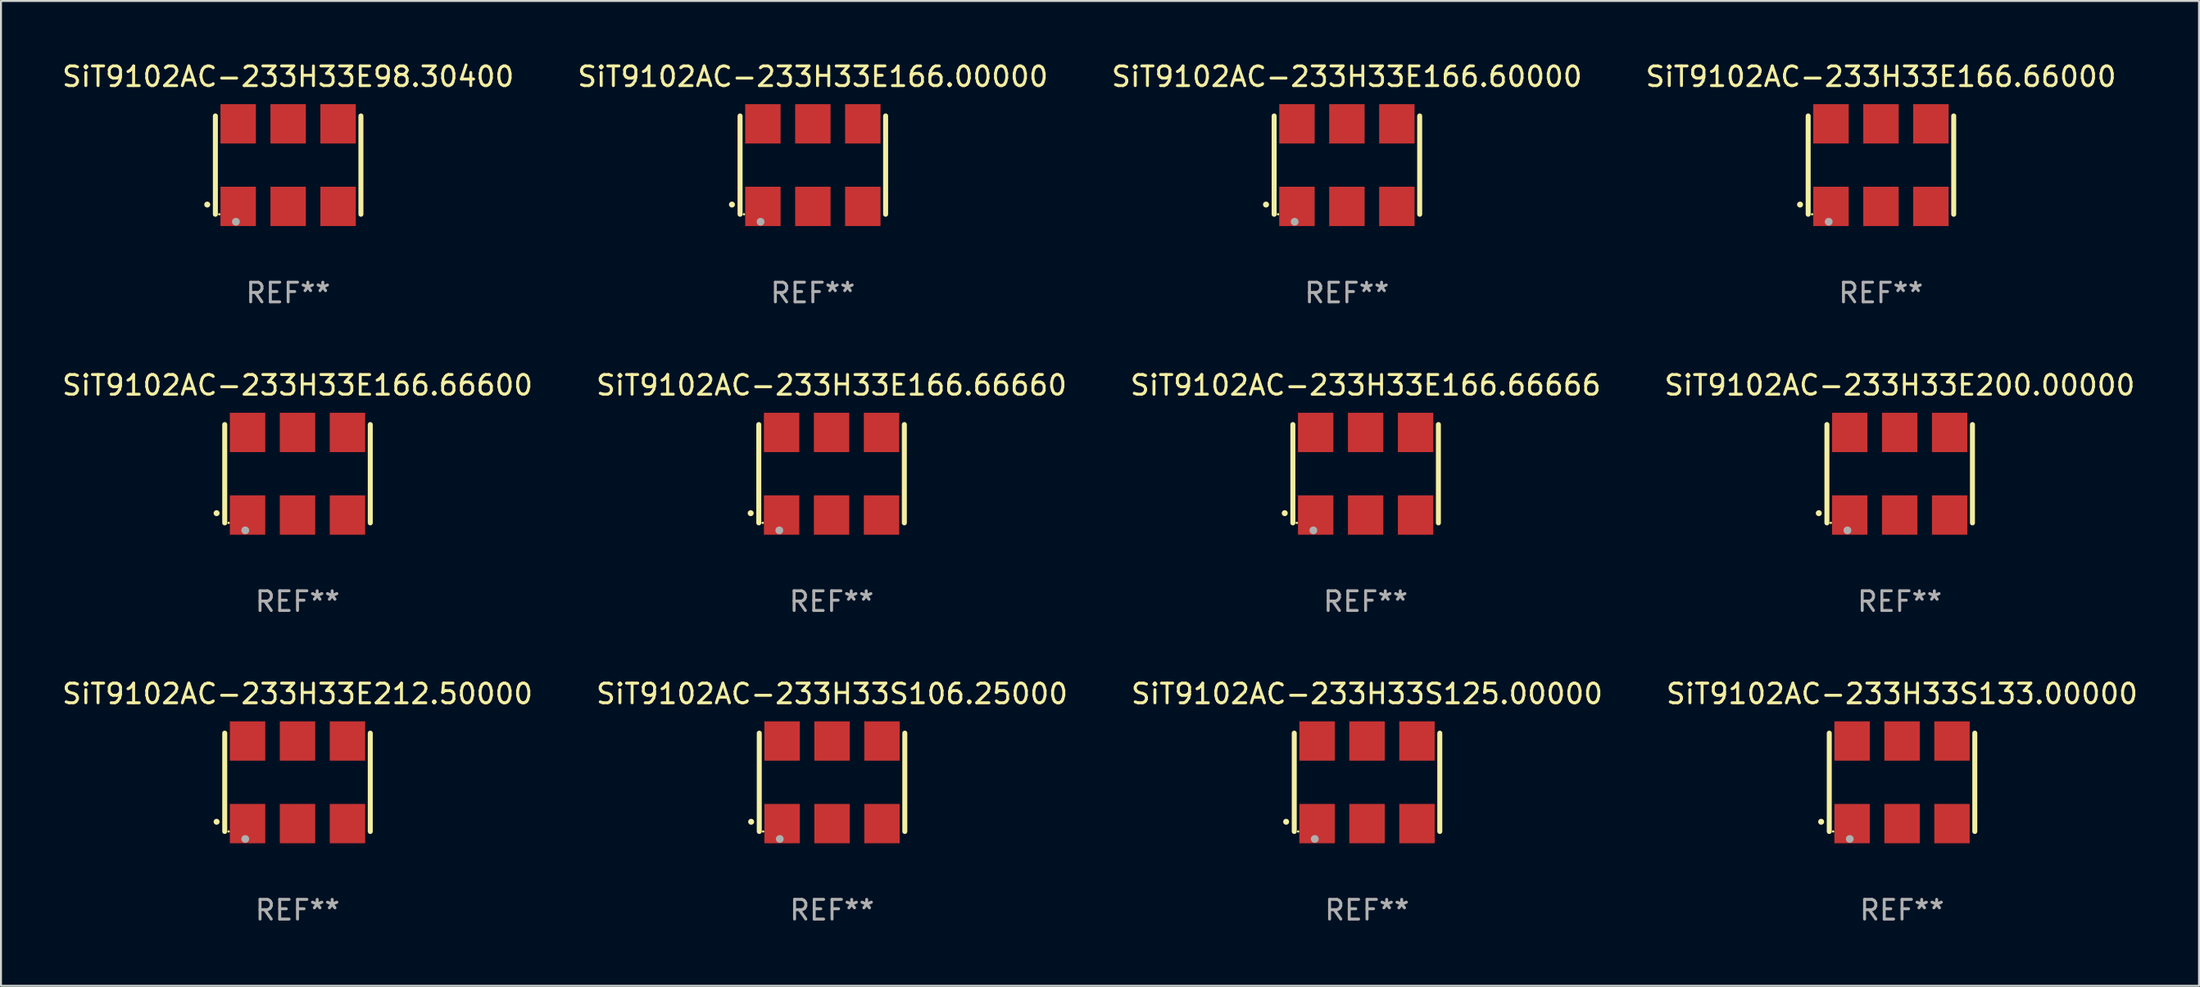
<source format=kicad_pcb>
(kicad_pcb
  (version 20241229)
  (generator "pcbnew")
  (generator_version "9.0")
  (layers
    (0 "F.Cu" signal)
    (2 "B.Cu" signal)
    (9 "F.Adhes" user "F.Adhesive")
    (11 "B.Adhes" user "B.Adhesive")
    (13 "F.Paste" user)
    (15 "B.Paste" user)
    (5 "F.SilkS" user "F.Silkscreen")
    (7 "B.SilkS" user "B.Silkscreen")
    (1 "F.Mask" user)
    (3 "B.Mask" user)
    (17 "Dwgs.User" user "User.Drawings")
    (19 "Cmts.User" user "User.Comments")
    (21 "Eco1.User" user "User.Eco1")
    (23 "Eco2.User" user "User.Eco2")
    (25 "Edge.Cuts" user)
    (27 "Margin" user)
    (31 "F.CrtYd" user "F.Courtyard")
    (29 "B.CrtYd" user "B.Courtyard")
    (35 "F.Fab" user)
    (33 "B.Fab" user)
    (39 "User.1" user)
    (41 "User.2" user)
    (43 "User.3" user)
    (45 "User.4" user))
  (footprint "SiT9102AC-233H33E166.66660"
    (layer "F.Cu")
    (at 39.232 21.045)
    (property "Reference" "SiT9102AC-233H33E166.66660" (at 0 -4.5 0) (layer "F.SilkS") (effects (font (size 1 1) (thickness 0.15))))
    (attr through_hole)
    (fp_line (start -3.7 -2.5) (end -3.7 2.5) (stroke (width 0.254) (type solid)) (layer "F.SilkS"))
    (fp_line (start 3.7 -2.5) (end 3.7 2.5) (stroke (width 0.254) (type solid)) (layer "F.SilkS"))
    (fp_arc (start -4.114415 2.006604) (mid -4.113145 2.006599) (end -4.111875 2.006604) (stroke (width 0.3) (type solid)) (layer "F.SilkS"))
    (fp_circle (center -3.502 2.5) (end -3.472 2.5) (stroke (width 0.06) (type solid)) (fill no) (layer "F.SilkS"))
    (fp_circle (center -2.657 2.882) (end -2.557 2.882) (stroke (width 0.2) (type solid)) (fill no) (layer "F.Fab"))
    (fp_text user "REF**" (at 0 6.5 0) (layer "F.Fab") (effects (font (size 1 1) (thickness 0.15))))
    (pad "1" smd rect (at -2.54 2.1) (size 1.8 2) (layers "F.Cu" "F.Mask" "F.Paste"))
    (pad "2" smd rect (at 0.000394 2.1) (size 1.8 2) (layers "F.Cu" "F.Mask" "F.Paste"))
    (pad "3" smd rect (at 2.54 2.1) (size 1.8 2) (layers "F.Cu" "F.Mask" "F.Paste"))
    (pad "4" smd rect (at 2.54 -2.1) (size 1.8 2) (layers "F.Cu" "F.Mask" "F.Paste"))
    (pad "5" smd rect (at 0.000394 -2.1) (size 1.8 2) (layers "F.Cu" "F.Mask" "F.Paste"))
    (pad "6" smd rect (at -2.54 -2.1) (size 1.8 2) (layers "F.Cu" "F.Mask" "F.Paste")))
  (footprint "SiT9102AC-233H33E166.60000"
    (layer "F.Cu")
    (at 65.435 5.348)
    (property "Reference" "SiT9102AC-233H33E166.60000" (at 0 -4.5 0) (layer "F.SilkS") (effects (font (size 1 1) (thickness 0.15))))
    (attr through_hole)
    (fp_line (start -3.7 -2.5) (end -3.7 2.5) (stroke (width 0.254) (type solid)) (layer "F.SilkS"))
    (fp_line (start 3.7 -2.5) (end 3.7 2.5) (stroke (width 0.254) (type solid)) (layer "F.SilkS"))
    (fp_arc (start -4.114415 2.006604) (mid -4.113145 2.006599) (end -4.111875 2.006604) (stroke (width 0.3) (type solid)) (layer "F.SilkS"))
    (fp_circle (center -3.502 2.5) (end -3.472 2.5) (stroke (width 0.06) (type solid)) (fill no) (layer "F.SilkS"))
    (fp_circle (center -2.657 2.882) (end -2.557 2.882) (stroke (width 0.2) (type solid)) (fill no) (layer "F.Fab"))
    (fp_text user "REF**" (at 0 6.5 0) (layer "F.Fab") (effects (font (size 1 1) (thickness 0.15))))
    (pad "1" smd rect (at -2.54 2.1) (size 1.8 2) (layers "F.Cu" "F.Mask" "F.Paste"))
    (pad "2" smd rect (at 0.000394 2.1) (size 1.8 2) (layers "F.Cu" "F.Mask" "F.Paste"))
    (pad "3" smd rect (at 2.54 2.1) (size 1.8 2) (layers "F.Cu" "F.Mask" "F.Paste"))
    (pad "4" smd rect (at 2.54 -2.1) (size 1.8 2) (layers "F.Cu" "F.Mask" "F.Paste"))
    (pad "5" smd rect (at 0.000394 -2.1) (size 1.8 2) (layers "F.Cu" "F.Mask" "F.Paste"))
    (pad "6" smd rect (at -2.54 -2.1) (size 1.8 2) (layers "F.Cu" "F.Mask" "F.Paste")))
  (footprint "SiT9102AC-233H33E98.30400"
    (layer "F.Cu")
    (at 11.601 5.348)
    (property "Reference" "SiT9102AC-233H33E98.30400" (at 0 -4.5 0) (layer "F.SilkS") (effects (font (size 1 1) (thickness 0.15))))
    (attr through_hole)
    (fp_line (start -3.7 -2.5) (end -3.7 2.5) (stroke (width 0.254) (type solid)) (layer "F.SilkS"))
    (fp_line (start 3.7 -2.5) (end 3.7 2.5) (stroke (width 0.254) (type solid)) (layer "F.SilkS"))
    (fp_arc (start -4.114415 2.006604) (mid -4.113145 2.006599) (end -4.111875 2.006604) (stroke (width 0.3) (type solid)) (layer "F.SilkS"))
    (fp_circle (center -3.502 2.5) (end -3.472 2.5) (stroke (width 0.06) (type solid)) (fill no) (layer "F.SilkS"))
    (fp_circle (center -2.657 2.882) (end -2.557 2.882) (stroke (width 0.2) (type solid)) (fill no) (layer "F.Fab"))
    (fp_text user "REF**" (at 0 6.5 0) (layer "F.Fab") (effects (font (size 1 1) (thickness 0.15))))
    (pad "1" smd rect (at -2.54 2.1) (size 1.8 2) (layers "F.Cu" "F.Mask" "F.Paste"))
    (pad "2" smd rect (at 0.000394 2.1) (size 1.8 2) (layers "F.Cu" "F.Mask" "F.Paste"))
    (pad "3" smd rect (at 2.54 2.1) (size 1.8 2) (layers "F.Cu" "F.Mask" "F.Paste"))
    (pad "4" smd rect (at 2.54 -2.1) (size 1.8 2) (layers "F.Cu" "F.Mask" "F.Paste"))
    (pad "5" smd rect (at 0.000394 -2.1) (size 1.8 2) (layers "F.Cu" "F.Mask" "F.Paste"))
    (pad "6" smd rect (at -2.54 -2.1) (size 1.8 2) (layers "F.Cu" "F.Mask" "F.Paste")))
  (footprint "SiT9102AC-233H33E166.00000"
    (layer "F.Cu")
    (at 38.28 5.348)
    (property "Reference" "SiT9102AC-233H33E166.00000" (at 0 -4.5 0) (layer "F.SilkS") (effects (font (size 1 1) (thickness 0.15))))
    (attr through_hole)
    (fp_line (start -3.7 -2.5) (end -3.7 2.5) (stroke (width 0.254) (type solid)) (layer "F.SilkS"))
    (fp_line (start 3.7 -2.5) (end 3.7 2.5) (stroke (width 0.254) (type solid)) (layer "F.SilkS"))
    (fp_arc (start -4.114415 2.006604) (mid -4.113145 2.006599) (end -4.111875 2.006604) (stroke (width 0.3) (type solid)) (layer "F.SilkS"))
    (fp_circle (center -3.502 2.5) (end -3.472 2.5) (stroke (width 0.06) (type solid)) (fill no) (layer "F.SilkS"))
    (fp_circle (center -2.657 2.882) (end -2.557 2.882) (stroke (width 0.2) (type solid)) (fill no) (layer "F.Fab"))
    (fp_text user "REF**" (at 0 6.5 0) (layer "F.Fab") (effects (font (size 1 1) (thickness 0.15))))
    (pad "1" smd rect (at -2.54 2.1) (size 1.8 2) (layers "F.Cu" "F.Mask" "F.Paste"))
    (pad "2" smd rect (at 0.000394 2.1) (size 1.8 2) (layers "F.Cu" "F.Mask" "F.Paste"))
    (pad "3" smd rect (at 2.54 2.1) (size 1.8 2) (layers "F.Cu" "F.Mask" "F.Paste"))
    (pad "4" smd rect (at 2.54 -2.1) (size 1.8 2) (layers "F.Cu" "F.Mask" "F.Paste"))
    (pad "5" smd rect (at 0.000394 -2.1) (size 1.8 2) (layers "F.Cu" "F.Mask" "F.Paste"))
    (pad "6" smd rect (at -2.54 -2.1) (size 1.8 2) (layers "F.Cu" "F.Mask" "F.Paste")))
  (footprint "SiT9102AC-233H33E166.66666"
    (layer "F.Cu")
    (at 66.387 21.045)
    (property "Reference" "SiT9102AC-233H33E166.66666" (at 0 -4.5 0) (layer "F.SilkS") (effects (font (size 1 1) (thickness 0.15))))
    (attr through_hole)
    (fp_line (start -3.7 -2.5) (end -3.7 2.5) (stroke (width 0.254) (type solid)) (layer "F.SilkS"))
    (fp_line (start 3.7 -2.5) (end 3.7 2.5) (stroke (width 0.254) (type solid)) (layer "F.SilkS"))
    (fp_arc (start -4.114415 2.006604) (mid -4.113145 2.006599) (end -4.111875 2.006604) (stroke (width 0.3) (type solid)) (layer "F.SilkS"))
    (fp_circle (center -3.502 2.5) (end -3.472 2.5) (stroke (width 0.06) (type solid)) (fill no) (layer "F.SilkS"))
    (fp_circle (center -2.657 2.882) (end -2.557 2.882) (stroke (width 0.2) (type solid)) (fill no) (layer "F.Fab"))
    (fp_text user "REF**" (at 0 6.5 0) (layer "F.Fab") (effects (font (size 1 1) (thickness 0.15))))
    (pad "1" smd rect (at -2.54 2.1) (size 1.8 2) (layers "F.Cu" "F.Mask" "F.Paste"))
    (pad "2" smd rect (at 0.000394 2.1) (size 1.8 2) (layers "F.Cu" "F.Mask" "F.Paste"))
    (pad "3" smd rect (at 2.54 2.1) (size 1.8 2) (layers "F.Cu" "F.Mask" "F.Paste"))
    (pad "4" smd rect (at 2.54 -2.1) (size 1.8 2) (layers "F.Cu" "F.Mask" "F.Paste"))
    (pad "5" smd rect (at 0.000394 -2.1) (size 1.8 2) (layers "F.Cu" "F.Mask" "F.Paste"))
    (pad "6" smd rect (at -2.54 -2.1) (size 1.8 2) (layers "F.Cu" "F.Mask" "F.Paste")))
  (footprint "SiT9102AC-233H33S133.00000"
    (layer "F.Cu")
    (at 93.661 36.741)
    (property "Reference" "SiT9102AC-233H33S133.00000" (at 0 -4.5 0) (layer "F.SilkS") (effects (font (size 1 1) (thickness 0.15))))
    (attr through_hole)
    (fp_line (start -3.7 -2.5) (end -3.7 2.5) (stroke (width 0.254) (type solid)) (layer "F.SilkS"))
    (fp_line (start 3.7 -2.5) (end 3.7 2.5) (stroke (width 0.254) (type solid)) (layer "F.SilkS"))
    (fp_arc (start -4.114415 2.006604) (mid -4.113145 2.006599) (end -4.111875 2.006604) (stroke (width 0.3) (type solid)) (layer "F.SilkS"))
    (fp_circle (center -3.502 2.5) (end -3.472 2.5) (stroke (width 0.06) (type solid)) (fill no) (layer "F.SilkS"))
    (fp_circle (center -2.657 2.882) (end -2.557 2.882) (stroke (width 0.2) (type solid)) (fill no) (layer "F.Fab"))
    (fp_text user "REF**" (at 0 6.5 0) (layer "F.Fab") (effects (font (size 1 1) (thickness 0.15))))
    (pad "1" smd rect (at -2.54 2.1) (size 1.8 2) (layers "F.Cu" "F.Mask" "F.Paste"))
    (pad "2" smd rect (at 0.000394 2.1) (size 1.8 2) (layers "F.Cu" "F.Mask" "F.Paste"))
    (pad "3" smd rect (at 2.54 2.1) (size 1.8 2) (layers "F.Cu" "F.Mask" "F.Paste"))
    (pad "4" smd rect (at 2.54 -2.1) (size 1.8 2) (layers "F.Cu" "F.Mask" "F.Paste"))
    (pad "5" smd rect (at 0.000394 -2.1) (size 1.8 2) (layers "F.Cu" "F.Mask" "F.Paste"))
    (pad "6" smd rect (at -2.54 -2.1) (size 1.8 2) (layers "F.Cu" "F.Mask" "F.Paste")))
  (footprint "SiT9102AC-233H33E166.66000"
    (layer "F.Cu")
    (at 92.589 5.348)
    (property "Reference" "SiT9102AC-233H33E166.66000" (at 0 -4.5 0) (layer "F.SilkS") (effects (font (size 1 1) (thickness 0.15))))
    (attr through_hole)
    (fp_line (start -3.7 -2.5) (end -3.7 2.5) (stroke (width 0.254) (type solid)) (layer "F.SilkS"))
    (fp_line (start 3.7 -2.5) (end 3.7 2.5) (stroke (width 0.254) (type solid)) (layer "F.SilkS"))
    (fp_arc (start -4.114415 2.006604) (mid -4.113145 2.006599) (end -4.111875 2.006604) (stroke (width 0.3) (type solid)) (layer "F.SilkS"))
    (fp_circle (center -3.502 2.5) (end -3.472 2.5) (stroke (width 0.06) (type solid)) (fill no) (layer "F.SilkS"))
    (fp_circle (center -2.657 2.882) (end -2.557 2.882) (stroke (width 0.2) (type solid)) (fill no) (layer "F.Fab"))
    (fp_text user "REF**" (at 0 6.5 0) (layer "F.Fab") (effects (font (size 1 1) (thickness 0.15))))
    (pad "1" smd rect (at -2.54 2.1) (size 1.8 2) (layers "F.Cu" "F.Mask" "F.Paste"))
    (pad "2" smd rect (at 0.000394 2.1) (size 1.8 2) (layers "F.Cu" "F.Mask" "F.Paste"))
    (pad "3" smd rect (at 2.54 2.1) (size 1.8 2) (layers "F.Cu" "F.Mask" "F.Paste"))
    (pad "4" smd rect (at 2.54 -2.1) (size 1.8 2) (layers "F.Cu" "F.Mask" "F.Paste"))
    (pad "5" smd rect (at 0.000394 -2.1) (size 1.8 2) (layers "F.Cu" "F.Mask" "F.Paste"))
    (pad "6" smd rect (at -2.54 -2.1) (size 1.8 2) (layers "F.Cu" "F.Mask" "F.Paste")))
  (footprint "SiT9102AC-233H33E212.50000"
    (layer "F.Cu")
    (at 12.077 36.741)
    (property "Reference" "SiT9102AC-233H33E212.50000" (at 0 -4.5 0) (layer "F.SilkS") (effects (font (size 1 1) (thickness 0.15))))
    (attr through_hole)
    (fp_line (start -3.7 -2.5) (end -3.7 2.5) (stroke (width 0.254) (type solid)) (layer "F.SilkS"))
    (fp_line (start 3.7 -2.5) (end 3.7 2.5) (stroke (width 0.254) (type solid)) (layer "F.SilkS"))
    (fp_arc (start -4.114415 2.006604) (mid -4.113145 2.006599) (end -4.111875 2.006604) (stroke (width 0.3) (type solid)) (layer "F.SilkS"))
    (fp_circle (center -3.502 2.5) (end -3.472 2.5) (stroke (width 0.06) (type solid)) (fill no) (layer "F.SilkS"))
    (fp_circle (center -2.657 2.882) (end -2.557 2.882) (stroke (width 0.2) (type solid)) (fill no) (layer "F.Fab"))
    (fp_text user "REF**" (at 0 6.5 0) (layer "F.Fab") (effects (font (size 1 1) (thickness 0.15))))
    (pad "1" smd rect (at -2.54 2.1) (size 1.8 2) (layers "F.Cu" "F.Mask" "F.Paste"))
    (pad "2" smd rect (at 0.000394 2.1) (size 1.8 2) (layers "F.Cu" "F.Mask" "F.Paste"))
    (pad "3" smd rect (at 2.54 2.1) (size 1.8 2) (layers "F.Cu" "F.Mask" "F.Paste"))
    (pad "4" smd rect (at 2.54 -2.1) (size 1.8 2) (layers "F.Cu" "F.Mask" "F.Paste"))
    (pad "5" smd rect (at 0.000394 -2.1) (size 1.8 2) (layers "F.Cu" "F.Mask" "F.Paste"))
    (pad "6" smd rect (at -2.54 -2.1) (size 1.8 2) (layers "F.Cu" "F.Mask" "F.Paste")))
  (footprint "SiT9102AC-233H33E166.66600"
    (layer "F.Cu")
    (at 12.077 21.045)
    (property "Reference" "SiT9102AC-233H33E166.66600" (at 0 -4.5 0) (layer "F.SilkS") (effects (font (size 1 1) (thickness 0.15))))
    (attr through_hole)
    (fp_line (start -3.7 -2.5) (end -3.7 2.5) (stroke (width 0.254) (type solid)) (layer "F.SilkS"))
    (fp_line (start 3.7 -2.5) (end 3.7 2.5) (stroke (width 0.254) (type solid)) (layer "F.SilkS"))
    (fp_arc (start -4.114415 2.006604) (mid -4.113145 2.006599) (end -4.111875 2.006604) (stroke (width 0.3) (type solid)) (layer "F.SilkS"))
    (fp_circle (center -3.502 2.5) (end -3.472 2.5) (stroke (width 0.06) (type solid)) (fill no) (layer "F.SilkS"))
    (fp_circle (center -2.657 2.882) (end -2.557 2.882) (stroke (width 0.2) (type solid)) (fill no) (layer "F.Fab"))
    (fp_text user "REF**" (at 0 6.5 0) (layer "F.Fab") (effects (font (size 1 1) (thickness 0.15))))
    (pad "1" smd rect (at -2.54 2.1) (size 1.8 2) (layers "F.Cu" "F.Mask" "F.Paste"))
    (pad "2" smd rect (at 0.000394 2.1) (size 1.8 2) (layers "F.Cu" "F.Mask" "F.Paste"))
    (pad "3" smd rect (at 2.54 2.1) (size 1.8 2) (layers "F.Cu" "F.Mask" "F.Paste"))
    (pad "4" smd rect (at 2.54 -2.1) (size 1.8 2) (layers "F.Cu" "F.Mask" "F.Paste"))
    (pad "5" smd rect (at 0.000394 -2.1) (size 1.8 2) (layers "F.Cu" "F.Mask" "F.Paste"))
    (pad "6" smd rect (at -2.54 -2.1) (size 1.8 2) (layers "F.Cu" "F.Mask" "F.Paste")))
  (footprint "SiT9102AC-233H33E200.00000"
    (layer "F.Cu")
    (at 93.542 21.045)
    (property "Reference" "SiT9102AC-233H33E200.00000" (at 0 -4.5 0) (layer "F.SilkS") (effects (font (size 1 1) (thickness 0.15))))
    (attr through_hole)
    (fp_line (start -3.7 -2.5) (end -3.7 2.5) (stroke (width 0.254) (type solid)) (layer "F.SilkS"))
    (fp_line (start 3.7 -2.5) (end 3.7 2.5) (stroke (width 0.254) (type solid)) (layer "F.SilkS"))
    (fp_arc (start -4.114415 2.006604) (mid -4.113145 2.006599) (end -4.111875 2.006604) (stroke (width 0.3) (type solid)) (layer "F.SilkS"))
    (fp_circle (center -3.502 2.5) (end -3.472 2.5) (stroke (width 0.06) (type solid)) (fill no) (layer "F.SilkS"))
    (fp_circle (center -2.657 2.882) (end -2.557 2.882) (stroke (width 0.2) (type solid)) (fill no) (layer "F.Fab"))
    (fp_text user "REF**" (at 0 6.5 0) (layer "F.Fab") (effects (font (size 1 1) (thickness 0.15))))
    (pad "1" smd rect (at -2.54 2.1) (size 1.8 2) (layers "F.Cu" "F.Mask" "F.Paste"))
    (pad "2" smd rect (at 0.000394 2.1) (size 1.8 2) (layers "F.Cu" "F.Mask" "F.Paste"))
    (pad "3" smd rect (at 2.54 2.1) (size 1.8 2) (layers "F.Cu" "F.Mask" "F.Paste"))
    (pad "4" smd rect (at 2.54 -2.1) (size 1.8 2) (layers "F.Cu" "F.Mask" "F.Paste"))
    (pad "5" smd rect (at 0.000394 -2.1) (size 1.8 2) (layers "F.Cu" "F.Mask" "F.Paste"))
    (pad "6" smd rect (at -2.54 -2.1) (size 1.8 2) (layers "F.Cu" "F.Mask" "F.Paste")))
  (footprint "SiT9102AC-233H33S106.25000"
    (layer "F.Cu")
    (at 39.256 36.741)
    (property "Reference" "SiT9102AC-233H33S106.25000" (at 0 -4.5 0) (layer "F.SilkS") (effects (font (size 1 1) (thickness 0.15))))
    (attr through_hole)
    (fp_line (start -3.7 -2.5) (end -3.7 2.5) (stroke (width 0.254) (type solid)) (layer "F.SilkS"))
    (fp_line (start 3.7 -2.5) (end 3.7 2.5) (stroke (width 0.254) (type solid)) (layer "F.SilkS"))
    (fp_arc (start -4.114415 2.006604) (mid -4.113145 2.006599) (end -4.111875 2.006604) (stroke (width 0.3) (type solid)) (layer "F.SilkS"))
    (fp_circle (center -3.502 2.5) (end -3.472 2.5) (stroke (width 0.06) (type solid)) (fill no) (layer "F.SilkS"))
    (fp_circle (center -2.657 2.882) (end -2.557 2.882) (stroke (width 0.2) (type solid)) (fill no) (layer "F.Fab"))
    (fp_text user "REF**" (at 0 6.5 0) (layer "F.Fab") (effects (font (size 1 1) (thickness 0.15))))
    (pad "1" smd rect (at -2.54 2.1) (size 1.8 2) (layers "F.Cu" "F.Mask" "F.Paste"))
    (pad "2" smd rect (at 0.000394 2.1) (size 1.8 2) (layers "F.Cu" "F.Mask" "F.Paste"))
    (pad "3" smd rect (at 2.54 2.1) (size 1.8 2) (layers "F.Cu" "F.Mask" "F.Paste"))
    (pad "4" smd rect (at 2.54 -2.1) (size 1.8 2) (layers "F.Cu" "F.Mask" "F.Paste"))
    (pad "5" smd rect (at 0.000394 -2.1) (size 1.8 2) (layers "F.Cu" "F.Mask" "F.Paste"))
    (pad "6" smd rect (at -2.54 -2.1) (size 1.8 2) (layers "F.Cu" "F.Mask" "F.Paste")))
  (footprint "SiT9102AC-233H33S125.00000"
    (layer "F.Cu")
    (at 66.458 36.741)
    (property "Reference" "SiT9102AC-233H33S125.00000" (at 0 -4.5 0) (layer "F.SilkS") (effects (font (size 1 1) (thickness 0.15))))
    (attr through_hole)
    (fp_line (start -3.7 -2.5) (end -3.7 2.5) (stroke (width 0.254) (type solid)) (layer "F.SilkS"))
    (fp_line (start 3.7 -2.5) (end 3.7 2.5) (stroke (width 0.254) (type solid)) (layer "F.SilkS"))
    (fp_arc (start -4.114415 2.006604) (mid -4.113145 2.006599) (end -4.111875 2.006604) (stroke (width 0.3) (type solid)) (layer "F.SilkS"))
    (fp_circle (center -3.502 2.5) (end -3.472 2.5) (stroke (width 0.06) (type solid)) (fill no) (layer "F.SilkS"))
    (fp_circle (center -2.657 2.882) (end -2.557 2.882) (stroke (width 0.2) (type solid)) (fill no) (layer "F.Fab"))
    (fp_text user "REF**" (at 0 6.5 0) (layer "F.Fab") (effects (font (size 1 1) (thickness 0.15))))
    (pad "1" smd rect (at -2.54 2.1) (size 1.8 2) (layers "F.Cu" "F.Mask" "F.Paste"))
    (pad "2" smd rect (at 0.000394 2.1) (size 1.8 2) (layers "F.Cu" "F.Mask" "F.Paste"))
    (pad "3" smd rect (at 2.54 2.1) (size 1.8 2) (layers "F.Cu" "F.Mask" "F.Paste"))
    (pad "4" smd rect (at 2.54 -2.1) (size 1.8 2) (layers "F.Cu" "F.Mask" "F.Paste"))
    (pad "5" smd rect (at 0.000394 -2.1) (size 1.8 2) (layers "F.Cu" "F.Mask" "F.Paste"))
    (pad "6" smd rect (at -2.54 -2.1) (size 1.8 2) (layers "F.Cu" "F.Mask" "F.Paste")))
  (gr_rect
    (start -3 -3)
    (end 108.762 47.09)
    (stroke (width 0.1) (type default))
    (fill no)
    (layer "Edge.Cuts")))
</source>
